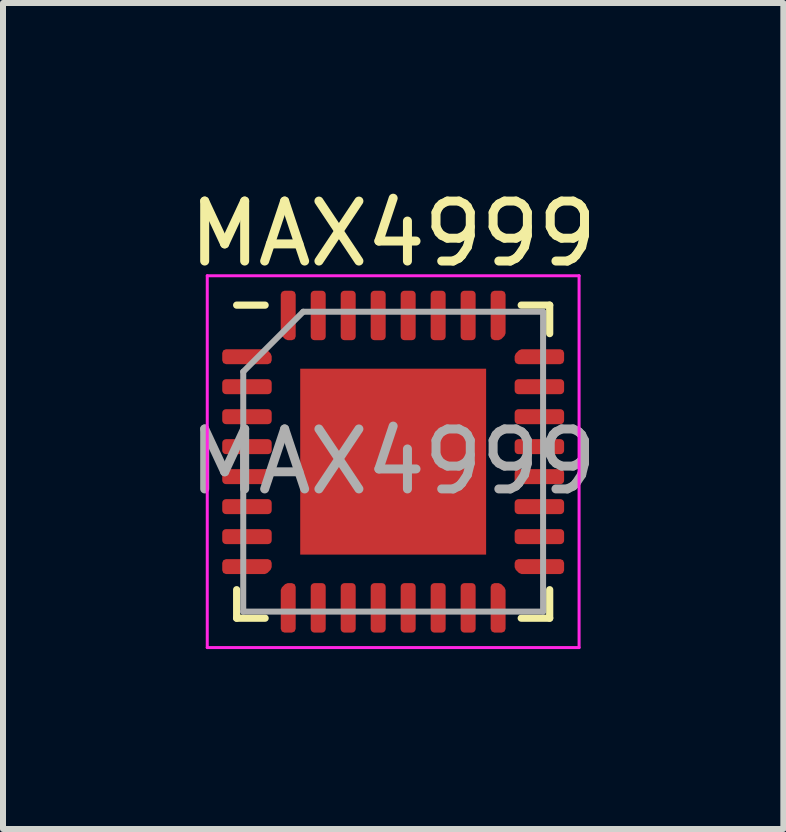
<source format=kicad_pcb>
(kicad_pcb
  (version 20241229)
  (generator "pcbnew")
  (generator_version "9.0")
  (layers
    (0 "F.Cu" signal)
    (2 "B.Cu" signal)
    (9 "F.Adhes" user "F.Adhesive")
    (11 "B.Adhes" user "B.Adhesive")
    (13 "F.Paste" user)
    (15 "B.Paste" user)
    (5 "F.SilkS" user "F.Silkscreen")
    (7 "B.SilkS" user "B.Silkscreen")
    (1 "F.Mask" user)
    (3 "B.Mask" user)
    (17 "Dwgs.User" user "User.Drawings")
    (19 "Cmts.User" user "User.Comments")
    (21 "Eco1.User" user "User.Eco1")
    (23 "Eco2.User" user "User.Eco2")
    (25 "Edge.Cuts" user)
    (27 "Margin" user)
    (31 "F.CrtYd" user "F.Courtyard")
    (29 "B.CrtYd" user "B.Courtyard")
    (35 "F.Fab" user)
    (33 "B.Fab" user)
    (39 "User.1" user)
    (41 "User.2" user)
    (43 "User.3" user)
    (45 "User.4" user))
  (footprint "MAX4999"
    (layer "F.Cu")
    (at 3.506 4.648)
    (property "Reference" "MAX4999" (at 0 -3.8 0) (layer "F.SilkS") (effects (font (size 1 1) (thickness 0.15))))
    (attr smd)
    (fp_line (start -2.61 2.61) (end -2.61 2.135) (stroke (width 0.12) (type solid)) (layer "F.SilkS"))
    (fp_line (start -2.135 -2.61) (end -2.61 -2.61) (stroke (width 0.12) (type solid)) (layer "F.SilkS"))
    (fp_line (start -2.135 2.61) (end -2.61 2.61) (stroke (width 0.12) (type solid)) (layer "F.SilkS"))
    (fp_line (start 2.135 -2.61) (end 2.61 -2.61) (stroke (width 0.12) (type solid)) (layer "F.SilkS"))
    (fp_line (start 2.135 2.61) (end 2.61 2.61) (stroke (width 0.12) (type solid)) (layer "F.SilkS"))
    (fp_line (start 2.61 -2.61) (end 2.61 -2.135) (stroke (width 0.12) (type solid)) (layer "F.SilkS"))
    (fp_line (start 2.61 2.61) (end 2.61 2.135) (stroke (width 0.12) (type solid)) (layer "F.SilkS"))
    (fp_line (start -3.1 -3.1) (end -3.1 3.1) (stroke (width 0.05) (type solid)) (layer "F.CrtYd"))
    (fp_line (start -3.1 3.1) (end 3.1 3.1) (stroke (width 0.05) (type solid)) (layer "F.CrtYd"))
    (fp_line (start 3.1 -3.1) (end -3.1 -3.1) (stroke (width 0.05) (type solid)) (layer "F.CrtYd"))
    (fp_line (start 3.1 3.1) (end 3.1 -3.1) (stroke (width 0.05) (type solid)) (layer "F.CrtYd"))
    (fp_line (start -2.5 -1.5) (end -1.5 -2.5) (stroke (width 0.1) (type solid)) (layer "F.Fab"))
    (fp_line (start -2.5 2.5) (end -2.5 -1.5) (stroke (width 0.1) (type solid)) (layer "F.Fab"))
    (fp_line (start -1.5 -2.5) (end 2.5 -2.5) (stroke (width 0.1) (type solid)) (layer "F.Fab"))
    (fp_line (start 2.5 -2.5) (end 2.5 2.5) (stroke (width 0.1) (type solid)) (layer "F.Fab"))
    (fp_line (start 2.5 2.5) (end -2.5 2.5) (stroke (width 0.1) (type solid)) (layer "F.Fab"))
    (fp_text user "${REFERENCE}" (at 0 0 0) (layer "F.Fab") (effects (font (size 1 1) (thickness 0.15))))
    (pad "" smd roundrect (at -0.775 -0.775) (size 1.25 1.25) (layers "F.Paste") (roundrect_rratio 0.2))
    (pad "" smd roundrect (at -0.775 0.775) (size 1.25 1.25) (layers "F.Paste") (roundrect_rratio 0.2))
    (pad "" smd roundrect (at 0.775 -0.775) (size 1.25 1.25) (layers "F.Paste") (roundrect_rratio 0.2))
    (pad "" smd roundrect (at 0.775 0.775) (size 1.25 1.25) (layers "F.Paste") (roundrect_rratio 0.2))
    (pad "1" smd custom (at -2.438 -1.75) (size 0.186 0.186) (layers "F.Cu" "F.Mask" "F.Paste") (options (anchor circle)) (primitives (gr_poly (pts (xy 0.35 -0.009) (xy 0.35 0.062) (xy -0.35 0.062) (xy -0.35 -0.062) (xy 0.297 -0.062)) (width 0.125) (fill yes))))
    (pad "2" smd roundrect (at -2.438 -1.25) (size 0.825 0.25) (layers "F.Cu" "F.Mask" "F.Paste") (roundrect_rratio 0.25))
    (pad "3" smd roundrect (at -2.438 -0.75) (size 0.825 0.25) (layers "F.Cu" "F.Mask" "F.Paste") (roundrect_rratio 0.25))
    (pad "4" smd roundrect (at -2.438 -0.25) (size 0.825 0.25) (layers "F.Cu" "F.Mask" "F.Paste") (roundrect_rratio 0.25))
    (pad "5" smd roundrect (at -2.438 0.25) (size 0.825 0.25) (layers "F.Cu" "F.Mask" "F.Paste") (roundrect_rratio 0.25))
    (pad "6" smd roundrect (at -2.438 0.75) (size 0.825 0.25) (layers "F.Cu" "F.Mask" "F.Paste") (roundrect_rratio 0.25))
    (pad "7" smd roundrect (at -2.438 1.25) (size 0.825 0.25) (layers "F.Cu" "F.Mask" "F.Paste") (roundrect_rratio 0.25))
    (pad "8" smd custom (at -2.438 1.75) (size 0.186 0.186) (layers "F.Cu" "F.Mask" "F.Paste") (options (anchor circle)) (primitives (gr_poly (pts (xy 0.35 0.009) (xy 0.297 0.062) (xy -0.35 0.062) (xy -0.35 -0.062) (xy 0.35 -0.062)) (width 0.125) (fill yes))))
    (pad "9" smd custom (at -1.75 2.438) (size 0.186 0.186) (layers "F.Cu" "F.Mask" "F.Paste") (options (anchor circle)) (primitives (gr_poly (pts (xy 0.062 0.35) (xy -0.062 0.35) (xy -0.062 -0.297) (xy -0.009 -0.35) (xy 0.062 -0.35)) (width 0.125) (fill yes))))
    (pad "10" smd roundrect (at -1.25 2.438) (size 0.25 0.825) (layers "F.Cu" "F.Mask" "F.Paste") (roundrect_rratio 0.25))
    (pad "11" smd roundrect (at -0.75 2.438) (size 0.25 0.825) (layers "F.Cu" "F.Mask" "F.Paste") (roundrect_rratio 0.25))
    (pad "12" smd roundrect (at -0.25 2.438) (size 0.25 0.825) (layers "F.Cu" "F.Mask" "F.Paste") (roundrect_rratio 0.25))
    (pad "13" smd roundrect (at 0.25 2.438) (size 0.25 0.825) (layers "F.Cu" "F.Mask" "F.Paste") (roundrect_rratio 0.25))
    (pad "14" smd roundrect (at 0.75 2.438) (size 0.25 0.825) (layers "F.Cu" "F.Mask" "F.Paste") (roundrect_rratio 0.25))
    (pad "15" smd roundrect (at 1.25 2.438) (size 0.25 0.825) (layers "F.Cu" "F.Mask" "F.Paste") (roundrect_rratio 0.25))
    (pad "16" smd custom (at 1.75 2.438) (size 0.186 0.186) (layers "F.Cu" "F.Mask" "F.Paste") (options (anchor circle)) (primitives (gr_poly (pts (xy 0.062 -0.297) (xy 0.062 0.35) (xy -0.062 0.35) (xy -0.062 -0.35) (xy 0.009 -0.35)) (width 0.125) (fill yes))))
    (pad "17" smd custom (at 2.438 1.75) (size 0.186 0.186) (layers "F.Cu" "F.Mask" "F.Paste") (options (anchor circle)) (primitives (gr_poly (pts (xy 0.35 0.062) (xy -0.297 0.062) (xy -0.35 0.009) (xy -0.35 -0.062) (xy 0.35 -0.062)) (width 0.125) (fill yes))))
    (pad "18" smd roundrect (at 2.438 1.25) (size 0.825 0.25) (layers "F.Cu" "F.Mask" "F.Paste") (roundrect_rratio 0.25))
    (pad "19" smd roundrect (at 2.438 0.75) (size 0.825 0.25) (layers "F.Cu" "F.Mask" "F.Paste") (roundrect_rratio 0.25))
    (pad "20" smd roundrect (at 2.438 0.25) (size 0.825 0.25) (layers "F.Cu" "F.Mask" "F.Paste") (roundrect_rratio 0.25))
    (pad "21" smd roundrect (at 2.438 -0.25) (size 0.825 0.25) (layers "F.Cu" "F.Mask" "F.Paste") (roundrect_rratio 0.25))
    (pad "22" smd roundrect (at 2.438 -0.75) (size 0.825 0.25) (layers "F.Cu" "F.Mask" "F.Paste") (roundrect_rratio 0.25))
    (pad "23" smd roundrect (at 2.438 -1.25) (size 0.825 0.25) (layers "F.Cu" "F.Mask" "F.Paste") (roundrect_rratio 0.25))
    (pad "24" smd custom (at 2.438 -1.75) (size 0.186 0.186) (layers "F.Cu" "F.Mask" "F.Paste") (options (anchor circle)) (primitives (gr_poly (pts (xy 0.35 0.062) (xy -0.35 0.062) (xy -0.35 -0.009) (xy -0.297 -0.062) (xy 0.35 -0.062)) (width 0.125) (fill yes))))
    (pad "25" smd custom (at 1.75 -2.438) (size 0.186 0.186) (layers "F.Cu" "F.Mask" "F.Paste") (options (anchor circle)) (primitives (gr_poly (pts (xy 0.062 0.297) (xy 0.009 0.35) (xy -0.062 0.35) (xy -0.062 -0.35) (xy 0.062 -0.35)) (width 0.125) (fill yes))))
    (pad "26" smd roundrect (at 1.25 -2.438) (size 0.25 0.825) (layers "F.Cu" "F.Mask" "F.Paste") (roundrect_rratio 0.25))
    (pad "27" smd roundrect (at 0.75 -2.438) (size 0.25 0.825) (layers "F.Cu" "F.Mask" "F.Paste") (roundrect_rratio 0.25))
    (pad "28" smd roundrect (at 0.25 -2.438) (size 0.25 0.825) (layers "F.Cu" "F.Mask" "F.Paste") (roundrect_rratio 0.25))
    (pad "29" smd roundrect (at -0.25 -2.438) (size 0.25 0.825) (layers "F.Cu" "F.Mask" "F.Paste") (roundrect_rratio 0.25))
    (pad "30" smd roundrect (at -0.75 -2.438) (size 0.25 0.825) (layers "F.Cu" "F.Mask" "F.Paste") (roundrect_rratio 0.25))
    (pad "31" smd roundrect (at -1.25 -2.438) (size 0.25 0.825) (layers "F.Cu" "F.Mask" "F.Paste") (roundrect_rratio 0.25))
    (pad "32" smd custom (at -1.75 -2.438) (size 0.186 0.186) (layers "F.Cu" "F.Mask" "F.Paste") (options (anchor circle)) (primitives (gr_poly (pts (xy 0.062 0.35) (xy -0.009 0.35) (xy -0.062 0.297) (xy -0.062 -0.35) (xy 0.062 -0.35)) (width 0.125) (fill yes))))
    (pad "33" smd rect (at 0 0) (size 3.1 3.1) (layers "F.Cu" "F.Mask")))
  (gr_rect
    (start -3 -3)
    (end 10.012 10.773)
    (stroke (width 0.1) (type default))
    (fill no)
    (layer "Edge.Cuts")))
</source>
